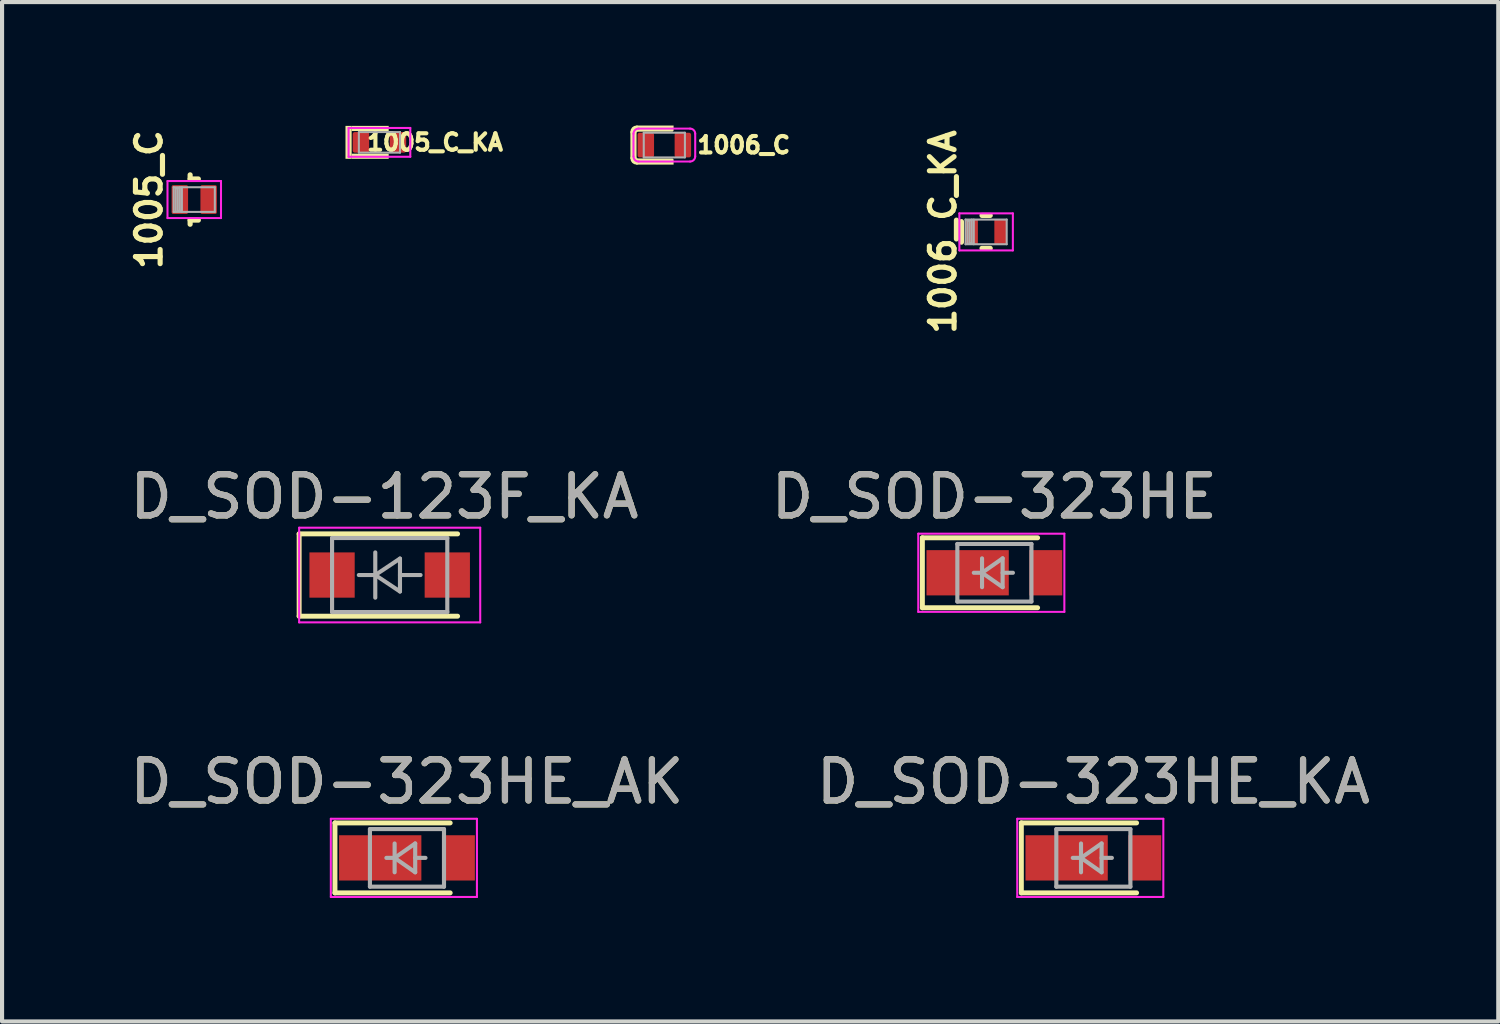
<source format=kicad_pcb>
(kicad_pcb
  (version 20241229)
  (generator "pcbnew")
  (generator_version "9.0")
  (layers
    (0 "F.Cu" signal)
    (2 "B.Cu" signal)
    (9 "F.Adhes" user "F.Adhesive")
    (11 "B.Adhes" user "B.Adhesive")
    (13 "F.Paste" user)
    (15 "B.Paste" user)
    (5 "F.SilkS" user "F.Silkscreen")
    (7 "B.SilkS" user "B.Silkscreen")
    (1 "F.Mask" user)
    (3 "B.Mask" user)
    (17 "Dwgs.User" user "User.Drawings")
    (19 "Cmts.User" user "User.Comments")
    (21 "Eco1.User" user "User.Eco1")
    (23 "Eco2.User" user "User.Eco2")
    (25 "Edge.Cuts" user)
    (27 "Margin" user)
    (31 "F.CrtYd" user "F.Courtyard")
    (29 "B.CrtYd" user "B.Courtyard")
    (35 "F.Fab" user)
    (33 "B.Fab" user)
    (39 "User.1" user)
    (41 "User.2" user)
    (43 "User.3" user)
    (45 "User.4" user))
  (footprint "1006_C"
    (layer "F.Cu")
    (at 13.093 0.475)
    (property "Reference" "1006_C" (at 0.75 0 0) (layer "F.SilkS") (effects (font (size 0.4 0.4) (thickness 0.1)) (justify left)))
    (attr smd)
    (fp_arc (start -0.75 -0.325) (mid -0.728033 -0.378033) (end -0.675 -0.4) (stroke (width 0.15) (type solid)) (layer "F.SilkS"))
    (fp_arc (start -0.675 0.4) (mid -0.728033 0.378033) (end -0.75 0.325) (stroke (width 0.15) (type solid)) (layer "F.SilkS"))
    (fp_poly (pts (xy 0.225 -0.35) (xy 0.2 -0.325) (xy -0.675 -0.325) (xy -0.675 0.325) (xy 0.2 0.325) (xy 0.225 0.35) (xy 0.225 0.475) (xy -0.675 0.475) (xy -0.825 0.325) (xy -0.825 -0.325) (xy -0.675 -0.475) (xy 0.225 -0.475)) (stroke (width 0) (type solid)) (fill yes) (layer "F.SilkS"))
    (fp_line (start -0.75 0.275) (end -0.75 -0.275) (stroke (width 0.05) (type solid)) (layer "F.CrtYd"))
    (fp_line (start -0.625 -0.4) (end 0.625 -0.4) (stroke (width 0.05) (type solid)) (layer "F.CrtYd"))
    (fp_line (start 0.625 0.4) (end -0.625 0.4) (stroke (width 0.05) (type solid)) (layer "F.CrtYd"))
    (fp_line (start 0.75 -0.275) (end 0.75 0.275) (stroke (width 0.05) (type solid)) (layer "F.CrtYd"))
    (fp_arc (start -0.75 -0.275) (mid -0.713388 -0.363388) (end -0.625 -0.4) (stroke (width 0.05) (type solid)) (layer "F.CrtYd"))
    (fp_arc (start -0.625 0.4) (mid -0.713388 0.363388) (end -0.75 0.275) (stroke (width 0.05) (type solid)) (layer "F.CrtYd"))
    (fp_arc (start 0.625 -0.4) (mid 0.713388 -0.363388) (end 0.75 -0.275) (stroke (width 0.05) (type solid)) (layer "F.CrtYd"))
    (fp_arc (start 0.75 0.275) (mid 0.713388 0.363388) (end 0.625 0.4) (stroke (width 0.05) (type solid)) (layer "F.CrtYd"))
    (fp_line (start -0.5 -0.3) (end 0.5 -0.3) (stroke (width 0.05) (type solid)) (layer "F.Fab"))
    (fp_line (start -0.5 0.3) (end -0.5 -0.3) (stroke (width 0.05) (type solid)) (layer "F.Fab"))
    (fp_line (start 0.5 -0.3) (end 0.5 0.3) (stroke (width 0.05) (type solid)) (layer "F.Fab"))
    (fp_line (start 0.5 0.3) (end -0.5 0.3) (stroke (width 0.05) (type solid)) (layer "F.Fab"))
    (pad "1" smd roundrect (at -0.45 0) (size 0.4 0.6) (layers "F.Cu" "F.Mask" "F.Paste") (roundrect_rratio 0.125))
    (pad "2" smd roundrect (at 0.45 0) (size 0.4 0.6) (layers "F.Cu" "F.Mask" "F.Paste") (roundrect_rratio 0.125)))
  (footprint "1005_C"
    (layer "F.Cu")
    (at 1.67 1.799)
    (property "Reference" "1005_C" (at -1.1 0 90) (layer "F.SilkS") (effects (font (size 0.6 0.6) (thickness 0.125))))
    (attr smd)
    (fp_line (start -0.1 -0.5) (end -0.1 -0.6) (stroke (width 0.125) (type solid)) (layer "F.SilkS"))
    (fp_line (start -0.1 -0.5) (end 0.1 -0.5) (stroke (width 0.125) (type solid)) (layer "F.SilkS"))
    (fp_line (start -0.1 0.5) (end -0.1 0.6) (stroke (width 0.125) (type solid)) (layer "F.SilkS"))
    (fp_line (start -0.1 0.5) (end 0.1 0.5) (stroke (width 0.125) (type solid)) (layer "F.SilkS"))
    (fp_line (start -0.65 -0.45) (end -0.65 0.45) (stroke (width 0.05) (type solid)) (layer "F.CrtYd"))
    (fp_line (start -0.65 0.45) (end 0.65 0.45) (stroke (width 0.05) (type solid)) (layer "F.CrtYd"))
    (fp_line (start 0.65 -0.45) (end -0.65 -0.45) (stroke (width 0.05) (type solid)) (layer "F.CrtYd"))
    (fp_line (start 0.65 0.45) (end 0.65 -0.45) (stroke (width 0.05) (type solid)) (layer "F.CrtYd"))
    (fp_line (start -0.5 -0.3) (end -0.5 0.3) (stroke (width 0.05) (type solid)) (layer "F.Fab"))
    (fp_line (start -0.5 -0.3) (end 0.5 -0.3) (stroke (width 0.05) (type solid)) (layer "F.Fab"))
    (fp_line (start -0.5 0.3) (end 0.5 0.3) (stroke (width 0.05) (type solid)) (layer "F.Fab"))
    (fp_line (start -0.45 -0.275) (end -0.45 0.275) (stroke (width 0.05) (type solid)) (layer "F.Fab"))
    (fp_line (start -0.425 -0.275) (end -0.45 -0.275) (stroke (width 0.05) (type solid)) (layer "F.Fab"))
    (fp_line (start -0.4 -0.275) (end -0.425 -0.275) (stroke (width 0.05) (type solid)) (layer "F.Fab"))
    (fp_line (start -0.4 0.275) (end -0.4 -0.275) (stroke (width 0.05) (type solid)) (layer "F.Fab"))
    (fp_line (start -0.35 -0.3) (end -0.35 0.275) (stroke (width 0.05) (type solid)) (layer "F.Fab"))
    (fp_line (start -0.35 0.275) (end -0.4 0.275) (stroke (width 0.05) (type solid)) (layer "F.Fab"))
    (fp_line (start -0.3 -0.3) (end -0.3 0.3) (stroke (width 0.05) (type solid)) (layer "F.Fab"))
    (fp_line (start 0.5 0.3) (end 0.5 -0.3) (stroke (width 0.05) (type solid)) (layer "F.Fab"))
    (pad "A" smd roundrect (at 0.35 0) (size 0.4 0.7) (layers "F.Cu" "F.Mask" "F.Paste") (roundrect_rratio 0.1))
    (pad "K" smd roundrect (at -0.35 0) (size 0.4 0.7) (layers "F.Cu" "F.Mask" "F.Paste") (roundrect_rratio 0.1)))
  (footprint "D_SOD-323HE_KA"
    (layer "F.Cu")
    (at 23.518 17.796)
    (property "Reference" "D_SOD-323HE_KA" (at 0 -1.85 0) (layer "F.SilkS") (effects (font (size 1 1) (thickness 0.15))))
    (attr smd)
    (fp_line (start -1.75 -0.85) (end -1.75 0.85) (stroke (width 0.12) (type solid)) (layer "F.SilkS"))
    (fp_line (start -1.75 -0.85) (end 1.05 -0.85) (stroke (width 0.12) (type solid)) (layer "F.SilkS"))
    (fp_line (start -1.75 0.85) (end 1.05 0.85) (stroke (width 0.12) (type solid)) (layer "F.SilkS"))
    (fp_line (start -1.85 -0.95) (end -1.85 0.95) (stroke (width 0.05) (type solid)) (layer "F.CrtYd"))
    (fp_line (start -1.85 -0.95) (end 1.7 -0.95) (stroke (width 0.05) (type solid)) (layer "F.CrtYd"))
    (fp_line (start -1.85 0.95) (end 1.7 0.95) (stroke (width 0.05) (type solid)) (layer "F.CrtYd"))
    (fp_line (start 1.7 -0.95) (end 1.7 0.95) (stroke (width 0.05) (type solid)) (layer "F.CrtYd"))
    (fp_line (start -0.9 -0.7) (end 0.9 -0.7) (stroke (width 0.1) (type solid)) (layer "F.Fab"))
    (fp_line (start -0.9 0.7) (end -0.9 -0.7) (stroke (width 0.1) (type solid)) (layer "F.Fab"))
    (fp_line (start -0.3 -0.35) (end -0.3 0.35) (stroke (width 0.1) (type solid)) (layer "F.Fab"))
    (fp_line (start -0.3 0) (end -0.5 0) (stroke (width 0.1) (type solid)) (layer "F.Fab"))
    (fp_line (start -0.3 0) (end 0.2 -0.35) (stroke (width 0.1) (type solid)) (layer "F.Fab"))
    (fp_line (start 0.2 -0.35) (end 0.2 0.35) (stroke (width 0.1) (type solid)) (layer "F.Fab"))
    (fp_line (start 0.2 0) (end 0.45 0) (stroke (width 0.1) (type solid)) (layer "F.Fab"))
    (fp_line (start 0.2 0.35) (end -0.3 0) (stroke (width 0.1) (type solid)) (layer "F.Fab"))
    (fp_line (start 0.9 -0.7) (end 0.9 0.7) (stroke (width 0.1) (type solid)) (layer "F.Fab"))
    (fp_line (start 0.9 0.7) (end -0.9 0.7) (stroke (width 0.1) (type solid)) (layer "F.Fab"))
    (fp_text user "${REFERENCE}" (at 0 -1.85 0) (layer "F.Fab") (effects (font (size 1 1) (thickness 0.15))))
    (pad "A" smd rect (at 1.25 0) (size 0.8 1.1) (layers "F.Cu" "F.Mask" "F.Paste"))
    (pad "K" smd rect (at -0.65 0) (size 2 1.1) (layers "F.Cu" "F.Mask" "F.Paste")))
  (footprint "D_SOD-123F_KA"
    (layer "F.Cu")
    (at 6.419 10.923)
    (property "Reference" "D_SOD-123F_KA" (at -0.127 -1.905 0) (layer "F.SilkS") (effects (font (size 1 1) (thickness 0.15))))
    (attr smd)
    (fp_line (start -2.2 -1) (end -2.2 1) (stroke (width 0.12) (type solid)) (layer "F.SilkS"))
    (fp_line (start -2.2 -1) (end 1.65 -1) (stroke (width 0.12) (type solid)) (layer "F.SilkS"))
    (fp_line (start -2.2 1) (end 1.65 1) (stroke (width 0.12) (type solid)) (layer "F.SilkS"))
    (fp_line (start -2.2 -1.15) (end -2.2 1.15) (stroke (width 0.05) (type solid)) (layer "F.CrtYd"))
    (fp_line (start -2.2 -1.15) (end 2.2 -1.15) (stroke (width 0.05) (type solid)) (layer "F.CrtYd"))
    (fp_line (start 2.2 -1.15) (end 2.2 1.15) (stroke (width 0.05) (type solid)) (layer "F.CrtYd"))
    (fp_line (start 2.2 1.15) (end -2.2 1.15) (stroke (width 0.05) (type solid)) (layer "F.CrtYd"))
    (fp_line (start -1.4 -0.9) (end 1.4 -0.9) (stroke (width 0.1) (type solid)) (layer "F.Fab"))
    (fp_line (start -1.4 0.9) (end -1.4 -0.9) (stroke (width 0.1) (type solid)) (layer "F.Fab"))
    (fp_line (start -0.75 0) (end -0.35 0) (stroke (width 0.1) (type solid)) (layer "F.Fab"))
    (fp_line (start -0.35 0) (end -0.35 -0.55) (stroke (width 0.1) (type solid)) (layer "F.Fab"))
    (fp_line (start -0.35 0) (end -0.35 0.55) (stroke (width 0.1) (type solid)) (layer "F.Fab"))
    (fp_line (start -0.35 0) (end 0.25 -0.4) (stroke (width 0.1) (type solid)) (layer "F.Fab"))
    (fp_line (start 0.25 -0.4) (end 0.25 0.4) (stroke (width 0.1) (type solid)) (layer "F.Fab"))
    (fp_line (start 0.25 0) (end 0.75 0) (stroke (width 0.1) (type solid)) (layer "F.Fab"))
    (fp_line (start 0.25 0.4) (end -0.35 0) (stroke (width 0.1) (type solid)) (layer "F.Fab"))
    (fp_line (start 1.4 -0.9) (end 1.4 0.9) (stroke (width 0.1) (type solid)) (layer "F.Fab"))
    (fp_line (start 1.4 0.9) (end -1.4 0.9) (stroke (width 0.1) (type solid)) (layer "F.Fab"))
    (fp_text user "${REFERENCE}" (at -0.127 -1.905 0) (layer "F.Fab") (effects (font (size 1 1) (thickness 0.15))))
    (pad "A" smd rect (at 1.4 0) (size 1.1 1.1) (layers "F.Cu" "F.Mask" "F.Paste"))
    (pad "K" smd rect (at -1.4 0) (size 1.1 1.1) (layers "F.Cu" "F.Mask" "F.Paste")))
  (footprint "1005_C_KA"
    (layer "F.Cu")
    (at 6.17 0.409)
    (property "Reference" "1005_C_KA" (at 1.35 0 0) (layer "F.SilkS") (effects (font (size 0.4 0.4) (thickness 0.1))))
    (attr smd)
    (fp_poly (pts (xy -0.675 0.4) (xy -0.825 0.4) (xy -0.825 -0.4) (xy -0.675 -0.4)) (stroke (width 0) (type solid)) (fill yes) (layer "F.SilkS"))
    (fp_poly (pts (xy 0.225 -0.275) (xy -0.675 -0.275) (xy -0.675 -0.4) (xy 0.225 -0.4)) (stroke (width 0) (type solid)) (fill yes) (layer "F.SilkS"))
    (fp_poly (pts (xy 0.225 0.4) (xy -0.675 0.4) (xy -0.675 0.275) (xy 0.225 0.275)) (stroke (width 0) (type solid)) (fill yes) (layer "F.SilkS"))
    (fp_line (start -0.75 -0.35) (end 0.75 -0.35) (stroke (width 0.05) (type solid)) (layer "F.CrtYd"))
    (fp_line (start -0.75 0.35) (end -0.75 -0.35) (stroke (width 0.05) (type solid)) (layer "F.CrtYd"))
    (fp_line (start 0.75 -0.35) (end 0.75 0.35) (stroke (width 0.05) (type solid)) (layer "F.CrtYd"))
    (fp_line (start 0.75 0.35) (end -0.75 0.35) (stroke (width 0.05) (type solid)) (layer "F.CrtYd"))
    (fp_line (start -0.5 -0.25) (end 0.5 -0.25) (stroke (width 0.05) (type solid)) (layer "F.Fab"))
    (fp_line (start -0.5 0.25) (end -0.5 -0.25) (stroke (width 0.05) (type solid)) (layer "F.Fab"))
    (fp_line (start 0.5 -0.25) (end 0.5 0.25) (stroke (width 0.05) (type solid)) (layer "F.Fab"))
    (fp_line (start 0.5 0.25) (end -0.5 0.25) (stroke (width 0.05) (type solid)) (layer "F.Fab"))
    (pad "A" smd roundrect (at 0.45 0) (size 0.4 0.5) (layers "F.Cu" "F.Mask" "F.Paste") (roundrect_rratio 0.125))
    (pad "K" smd roundrect (at -0.45 0) (size 0.4 0.5) (layers "F.Cu" "F.Mask" "F.Paste") (roundrect_rratio 0.125)))
  (footprint "D_SOD-323HE"
    (layer "F.Cu")
    (at 21.113 10.868)
    (property "Reference" "D_SOD-323HE" (at 0 -1.85 0) (layer "F.SilkS") (effects (font (size 1 1) (thickness 0.15))))
    (attr smd)
    (fp_line (start -1.75 -0.85) (end -1.75 0.85) (stroke (width 0.12) (type solid)) (layer "F.SilkS"))
    (fp_line (start -1.75 -0.85) (end 1.05 -0.85) (stroke (width 0.12) (type solid)) (layer "F.SilkS"))
    (fp_line (start -1.75 0.85) (end 1.05 0.85) (stroke (width 0.12) (type solid)) (layer "F.SilkS"))
    (fp_line (start -1.85 -0.95) (end -1.85 0.95) (stroke (width 0.05) (type solid)) (layer "F.CrtYd"))
    (fp_line (start -1.85 -0.95) (end 1.7 -0.95) (stroke (width 0.05) (type solid)) (layer "F.CrtYd"))
    (fp_line (start -1.85 0.95) (end 1.7 0.95) (stroke (width 0.05) (type solid)) (layer "F.CrtYd"))
    (fp_line (start 1.7 -0.95) (end 1.7 0.95) (stroke (width 0.05) (type solid)) (layer "F.CrtYd"))
    (fp_line (start -0.9 -0.7) (end 0.9 -0.7) (stroke (width 0.1) (type solid)) (layer "F.Fab"))
    (fp_line (start -0.9 0.7) (end -0.9 -0.7) (stroke (width 0.1) (type solid)) (layer "F.Fab"))
    (fp_line (start -0.3 -0.35) (end -0.3 0.35) (stroke (width 0.1) (type solid)) (layer "F.Fab"))
    (fp_line (start -0.3 0) (end -0.5 0) (stroke (width 0.1) (type solid)) (layer "F.Fab"))
    (fp_line (start -0.3 0) (end 0.2 -0.35) (stroke (width 0.1) (type solid)) (layer "F.Fab"))
    (fp_line (start 0.2 -0.35) (end 0.2 0.35) (stroke (width 0.1) (type solid)) (layer "F.Fab"))
    (fp_line (start 0.2 0) (end 0.45 0) (stroke (width 0.1) (type solid)) (layer "F.Fab"))
    (fp_line (start 0.2 0.35) (end -0.3 0) (stroke (width 0.1) (type solid)) (layer "F.Fab"))
    (fp_line (start 0.9 -0.7) (end 0.9 0.7) (stroke (width 0.1) (type solid)) (layer "F.Fab"))
    (fp_line (start 0.9 0.7) (end -0.9 0.7) (stroke (width 0.1) (type solid)) (layer "F.Fab"))
    (fp_text user "${REFERENCE}" (at 0 -1.85 0) (layer "F.Fab") (effects (font (size 1 1) (thickness 0.15))))
    (pad "1" smd rect (at -0.65 0) (size 2 1.1) (layers "F.Cu" "F.Mask" "F.Paste"))
    (pad "2" smd rect (at 1.25 0) (size 0.8 1.1) (layers "F.Cu" "F.Mask" "F.Paste")))
  (footprint "1006_C_KA"
    (layer "F.Cu")
    (at 20.912 2.585)
    (property "Reference" "1006_C_KA" (at -1.05 0 90) (layer "F.SilkS") (effects (font (size 0.6 0.6) (thickness 0.125))))
    (attr smd)
    (fp_line (start -0.6 -0.25) (end -0.6 0.25) (stroke (width 0.125) (type solid)) (layer "F.SilkS"))
    (fp_line (start -0.1 -0.4) (end 0.1 -0.4) (stroke (width 0.125) (type solid)) (layer "F.SilkS"))
    (fp_line (start -0.1 0.4) (end 0.1 0.4) (stroke (width 0.125) (type solid)) (layer "F.SilkS"))
    (fp_line (start -0.65 -0.45) (end -0.65 0.45) (stroke (width 0.05) (type solid)) (layer "F.CrtYd"))
    (fp_line (start -0.65 0.45) (end 0.65 0.45) (stroke (width 0.05) (type solid)) (layer "F.CrtYd"))
    (fp_line (start 0.65 -0.45) (end -0.65 -0.45) (stroke (width 0.05) (type solid)) (layer "F.CrtYd"))
    (fp_line (start 0.65 0.45) (end 0.65 -0.45) (stroke (width 0.05) (type solid)) (layer "F.CrtYd"))
    (fp_line (start -0.5 -0.3) (end -0.5 0.3) (stroke (width 0.05) (type solid)) (layer "F.Fab"))
    (fp_line (start -0.5 -0.3) (end 0.5 -0.3) (stroke (width 0.05) (type solid)) (layer "F.Fab"))
    (fp_line (start -0.5 0.3) (end 0.5 0.3) (stroke (width 0.05) (type solid)) (layer "F.Fab"))
    (fp_line (start -0.45 -0.275) (end -0.45 0.275) (stroke (width 0.05) (type solid)) (layer "F.Fab"))
    (fp_line (start -0.425 -0.275) (end -0.45 -0.275) (stroke (width 0.05) (type solid)) (layer "F.Fab"))
    (fp_line (start -0.4 -0.275) (end -0.425 -0.275) (stroke (width 0.05) (type solid)) (layer "F.Fab"))
    (fp_line (start -0.4 0.275) (end -0.4 -0.275) (stroke (width 0.05) (type solid)) (layer "F.Fab"))
    (fp_line (start -0.35 -0.3) (end -0.35 0.275) (stroke (width 0.05) (type solid)) (layer "F.Fab"))
    (fp_line (start -0.35 0.275) (end -0.4 0.275) (stroke (width 0.05) (type solid)) (layer "F.Fab"))
    (fp_line (start -0.3 -0.3) (end -0.3 0.3) (stroke (width 0.05) (type solid)) (layer "F.Fab"))
    (fp_line (start 0.5 0.3) (end 0.5 -0.3) (stroke (width 0.05) (type solid)) (layer "F.Fab"))
    (pad "A" smd roundrect (at 0.35 0) (size 0.3 0.6) (layers "F.Cu" "F.Mask" "F.Paste") (roundrect_rratio 0.1))
    (pad "K" smd roundrect (at -0.35 0) (size 0.3 0.6) (layers "F.Cu" "F.Mask" "F.Paste") (roundrect_rratio 0.1)))
  (footprint "D_SOD-323HE_AK"
    (layer "F.Cu")
    (at 6.839 17.796)
    (property "Reference" "D_SOD-323HE_AK" (at 0 -1.85 0) (layer "F.SilkS") (effects (font (size 1 1) (thickness 0.15))))
    (attr smd)
    (fp_line (start -1.75 -0.85) (end -1.75 0.85) (stroke (width 0.12) (type solid)) (layer "F.SilkS"))
    (fp_line (start -1.75 -0.85) (end 1.05 -0.85) (stroke (width 0.12) (type solid)) (layer "F.SilkS"))
    (fp_line (start -1.75 0.85) (end 1.05 0.85) (stroke (width 0.12) (type solid)) (layer "F.SilkS"))
    (fp_line (start -1.85 -0.95) (end -1.85 0.95) (stroke (width 0.05) (type solid)) (layer "F.CrtYd"))
    (fp_line (start -1.85 -0.95) (end 1.7 -0.95) (stroke (width 0.05) (type solid)) (layer "F.CrtYd"))
    (fp_line (start -1.85 0.95) (end 1.7 0.95) (stroke (width 0.05) (type solid)) (layer "F.CrtYd"))
    (fp_line (start 1.7 -0.95) (end 1.7 0.95) (stroke (width 0.05) (type solid)) (layer "F.CrtYd"))
    (fp_line (start -0.9 -0.7) (end 0.9 -0.7) (stroke (width 0.1) (type solid)) (layer "F.Fab"))
    (fp_line (start -0.9 0.7) (end -0.9 -0.7) (stroke (width 0.1) (type solid)) (layer "F.Fab"))
    (fp_line (start -0.3 -0.35) (end -0.3 0.35) (stroke (width 0.1) (type solid)) (layer "F.Fab"))
    (fp_line (start -0.3 0) (end -0.5 0) (stroke (width 0.1) (type solid)) (layer "F.Fab"))
    (fp_line (start -0.3 0) (end 0.2 -0.35) (stroke (width 0.1) (type solid)) (layer "F.Fab"))
    (fp_line (start 0.2 -0.35) (end 0.2 0.35) (stroke (width 0.1) (type solid)) (layer "F.Fab"))
    (fp_line (start 0.2 0) (end 0.45 0) (stroke (width 0.1) (type solid)) (layer "F.Fab"))
    (fp_line (start 0.2 0.35) (end -0.3 0) (stroke (width 0.1) (type solid)) (layer "F.Fab"))
    (fp_line (start 0.9 -0.7) (end 0.9 0.7) (stroke (width 0.1) (type solid)) (layer "F.Fab"))
    (fp_line (start 0.9 0.7) (end -0.9 0.7) (stroke (width 0.1) (type solid)) (layer "F.Fab"))
    (fp_text user "${REFERENCE}" (at 0 -1.85 0) (layer "F.Fab") (effects (font (size 1 1) (thickness 0.15))))
    (pad "A" smd rect (at -0.65 0) (size 2 1.1) (layers "F.Cu" "F.Mask" "F.Paste"))
    (pad "K" smd rect (at 1.25 0) (size 0.8 1.1) (layers "F.Cu" "F.Mask" "F.Paste")))
  (gr_rect
    (start -3 -3)
    (end 33.357 21.771)
    (stroke (width 0.1) (type default))
    (fill no)
    (layer "Edge.Cuts")))
</source>
